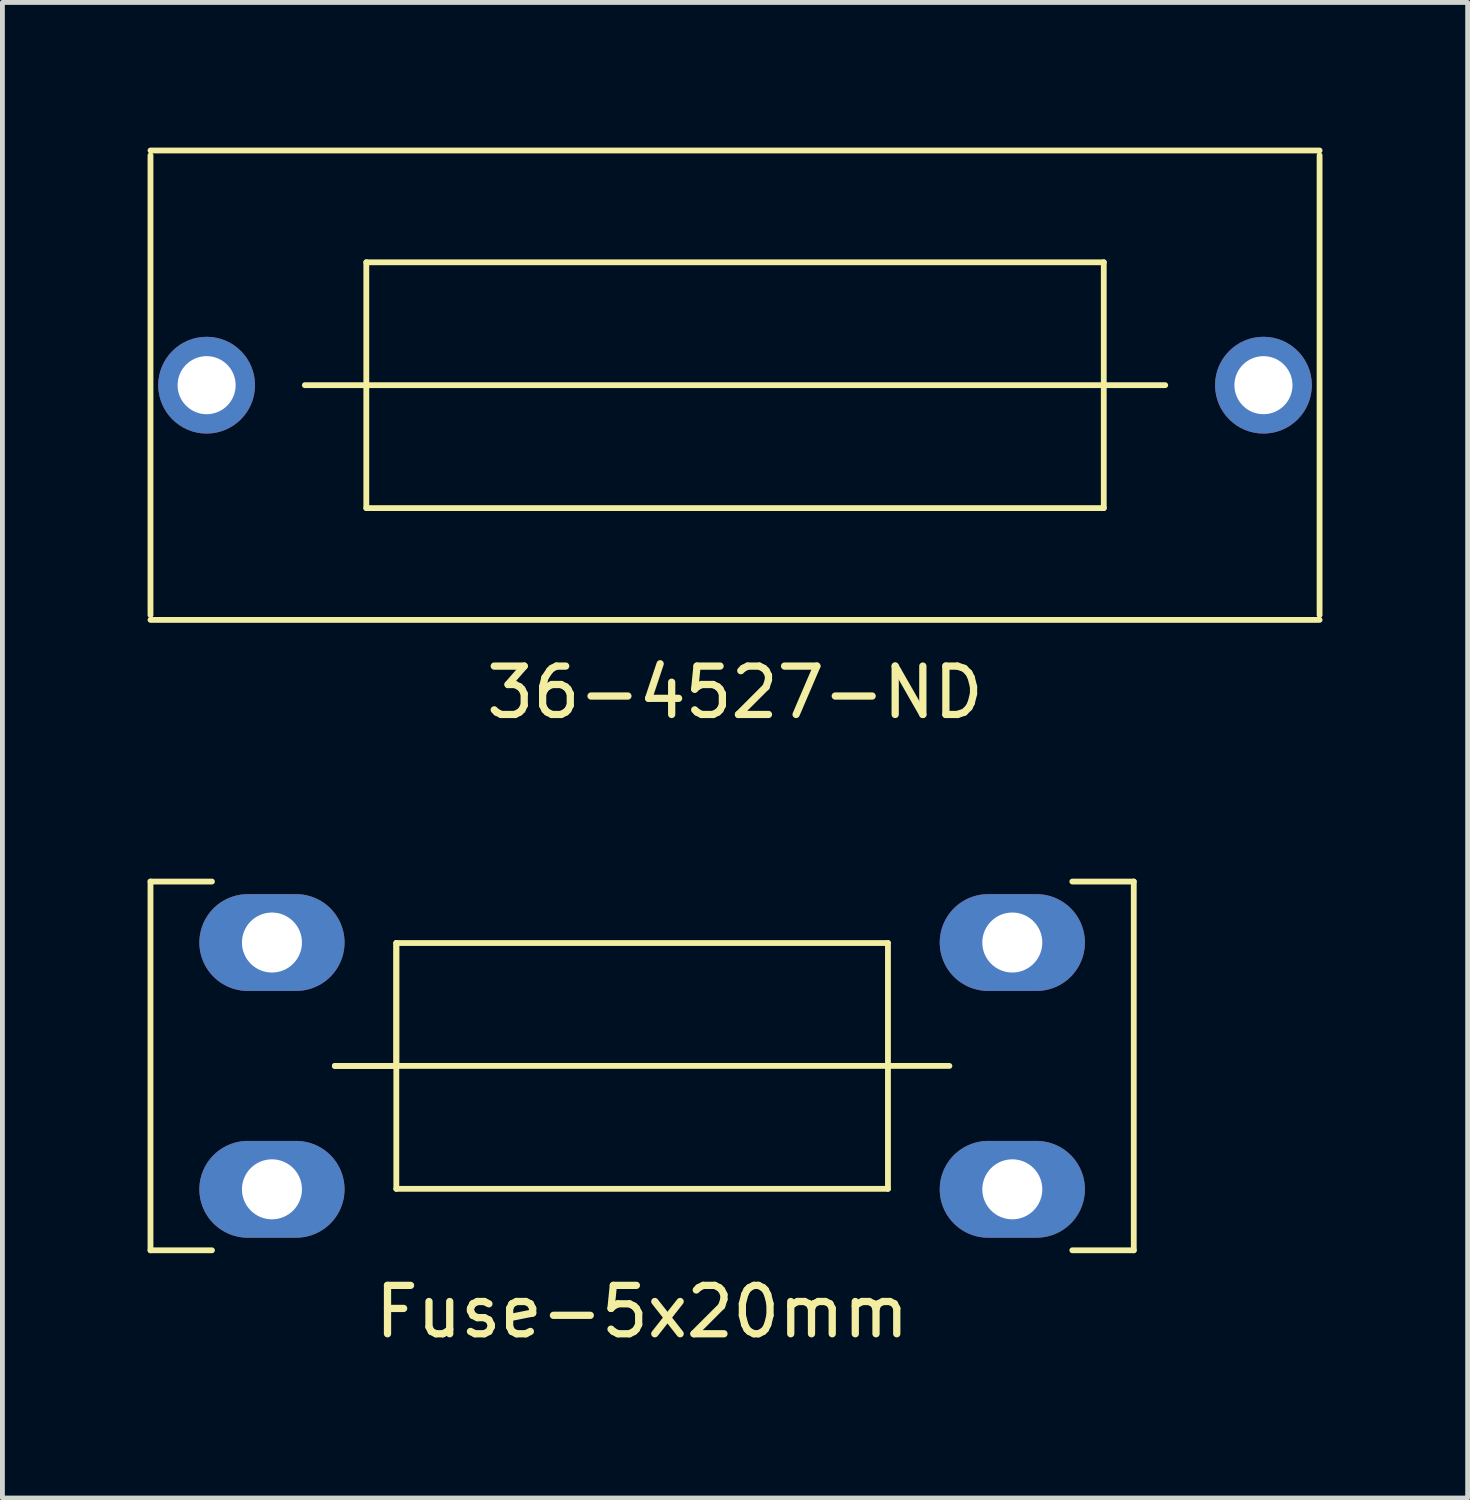
<source format=kicad_pcb>
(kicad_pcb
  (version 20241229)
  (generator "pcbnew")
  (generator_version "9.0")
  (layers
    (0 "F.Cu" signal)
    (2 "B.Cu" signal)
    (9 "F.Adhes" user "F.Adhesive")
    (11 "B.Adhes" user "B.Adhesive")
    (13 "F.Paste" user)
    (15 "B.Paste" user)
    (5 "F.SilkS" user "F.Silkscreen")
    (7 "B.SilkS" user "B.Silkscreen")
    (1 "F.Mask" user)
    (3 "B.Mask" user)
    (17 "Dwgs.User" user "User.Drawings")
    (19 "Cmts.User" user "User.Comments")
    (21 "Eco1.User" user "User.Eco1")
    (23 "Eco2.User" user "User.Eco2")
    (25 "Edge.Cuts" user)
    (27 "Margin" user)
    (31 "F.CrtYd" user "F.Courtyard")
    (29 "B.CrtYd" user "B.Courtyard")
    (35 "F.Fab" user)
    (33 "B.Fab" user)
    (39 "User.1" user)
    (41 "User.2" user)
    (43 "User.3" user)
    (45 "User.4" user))
  (footprint "36-4527-ND"
    (layer "F.Cu")
    (at 12.14 4.91)
    (property "Reference" "36-4527-ND" (at 0 6.35 0) (layer "F.SilkS") (effects (font (size 1 1) (thickness 0.15))))
    (attr through_hole)
    (fp_line (start -12.08 -4.75) (end -12.08 4.75) (stroke (width 0.12) (type solid)) (layer "F.SilkS"))
    (fp_line (start -12.08 4.85) (end 12.08 4.85) (stroke (width 0.12) (type solid)) (layer "F.SilkS"))
    (fp_line (start -8.89 0) (end 8.89 0) (stroke (width 0.12) (type solid)) (layer "F.SilkS"))
    (fp_line (start -7.62 -2.54) (end 7.62 -2.54) (stroke (width 0.12) (type solid)) (layer "F.SilkS"))
    (fp_line (start -7.62 2.54) (end -7.62 -2.54) (stroke (width 0.12) (type solid)) (layer "F.SilkS"))
    (fp_line (start 7.62 -2.54) (end 7.62 2.54) (stroke (width 0.12) (type solid)) (layer "F.SilkS"))
    (fp_line (start 7.62 2.54) (end -7.62 2.54) (stroke (width 0.12) (type solid)) (layer "F.SilkS"))
    (fp_line (start 12.08 -4.85) (end -12.08 -4.85) (stroke (width 0.12) (type solid)) (layer "F.SilkS"))
    (fp_line (start 12.08 4.75) (end 12.08 -4.75) (stroke (width 0.12) (type solid)) (layer "F.SilkS"))
    (pad "1" thru_hole circle (at -10.92 0) (size 2 2) (drill 1.2) (layers "*.Cu" "*.Mask"))
    (pad "2" thru_hole circle (at 10.92 0) (size 2 2) (drill 1.2) (layers "*.Cu" "*.Mask")))
  (footprint "Fuse-5x20mm"
    (layer "F.Cu")
    (at 10.22 18.978)
    (property "Reference" "Fuse-5x20mm" (at 0 5.08 0) (layer "F.SilkS") (effects (font (size 1 1) (thickness 0.15))))
    (attr through_hole)
    (fp_line (start -10.16 -3.81) (end -10.16 3.81) (stroke (width 0.12) (type solid)) (layer "F.SilkS"))
    (fp_line (start -10.16 3.81) (end -8.89 3.81) (stroke (width 0.12) (type solid)) (layer "F.SilkS"))
    (fp_line (start -8.89 -3.81) (end -10.16 -3.81) (stroke (width 0.12) (type solid)) (layer "F.SilkS"))
    (fp_line (start -6.35 0) (end 6.35 0) (stroke (width 0.12) (type solid)) (layer "F.SilkS"))
    (fp_line (start -5.08 -2.54) (end -5.08 0) (stroke (width 0.12) (type solid)) (layer "F.SilkS"))
    (fp_line (start -5.08 -2.54) (end 5.08 -2.54) (stroke (width 0.12) (type solid)) (layer "F.SilkS"))
    (fp_line (start -5.08 0) (end -6.35 0) (stroke (width 0.12) (type solid)) (layer "F.SilkS"))
    (fp_line (start -5.08 2.54) (end -5.08 -2.54) (stroke (width 0.12) (type solid)) (layer "F.SilkS"))
    (fp_line (start 5.08 -2.54) (end 5.08 2.54) (stroke (width 0.12) (type solid)) (layer "F.SilkS"))
    (fp_line (start 5.08 2.54) (end -5.08 2.54) (stroke (width 0.12) (type solid)) (layer "F.SilkS"))
    (fp_line (start 8.89 -3.81) (end 10.16 -3.81) (stroke (width 0.12) (type solid)) (layer "F.SilkS"))
    (fp_line (start 10.16 -3.81) (end 10.16 3.81) (stroke (width 0.12) (type solid)) (layer "F.SilkS"))
    (fp_line (start 10.16 3.81) (end 8.89 3.81) (stroke (width 0.12) (type solid)) (layer "F.SilkS"))
    (pad "1" thru_hole oval (at -7.65 -2.55 90) (size 2 3) (drill 1.24) (layers "*.Cu" "*.Mask"))
    (pad "1" thru_hole oval (at -7.65 2.55 90) (size 2 3) (drill 1.24) (layers "*.Cu" "*.Mask"))
    (pad "2" thru_hole oval (at 7.65 -2.55 90) (size 2 3) (drill 1.24) (layers "*.Cu" "*.Mask"))
    (pad "2" thru_hole oval (at 7.65 2.55 90) (size 2 3) (drill 1.24) (layers "*.Cu" "*.Mask")))
  (gr_rect
    (start -3 -3)
    (end 27.28 27.907)
    (stroke (width 0.1) (type default))
    (fill no)
    (layer "Edge.Cuts")))
</source>
